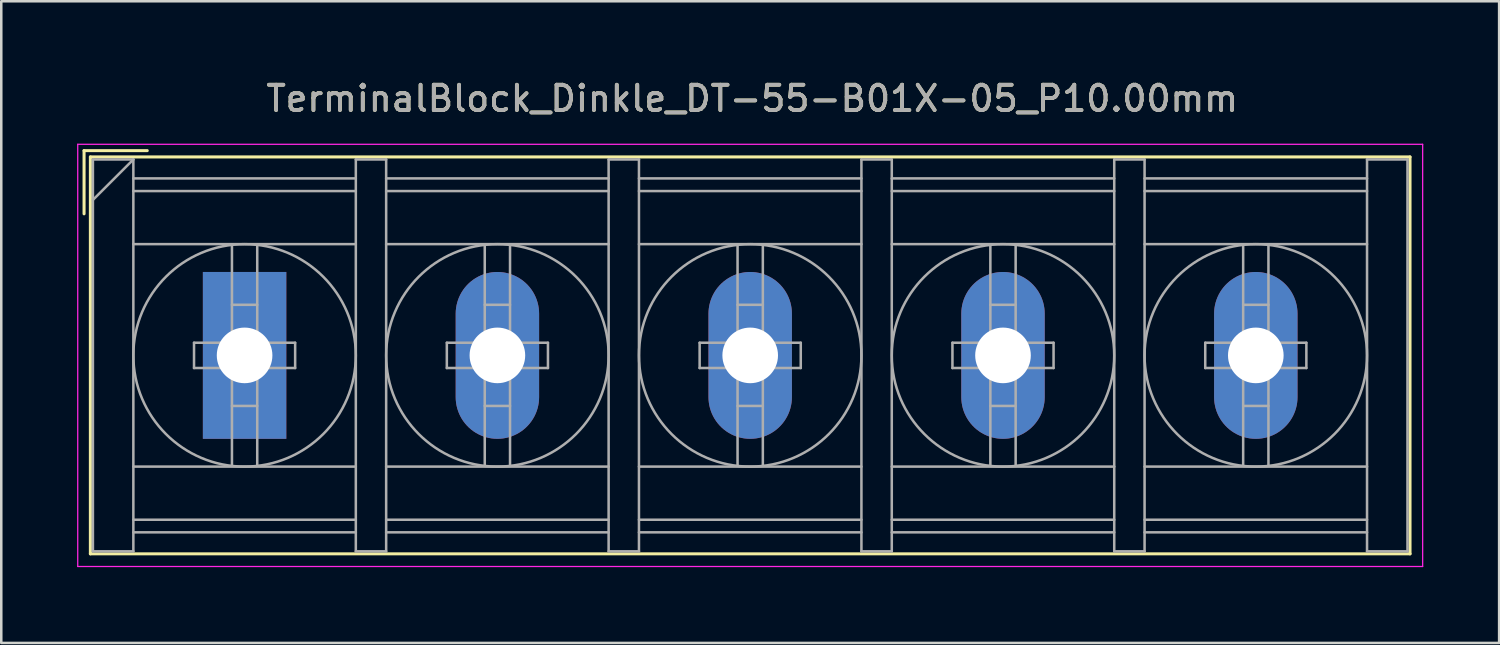
<source format=kicad_pcb>
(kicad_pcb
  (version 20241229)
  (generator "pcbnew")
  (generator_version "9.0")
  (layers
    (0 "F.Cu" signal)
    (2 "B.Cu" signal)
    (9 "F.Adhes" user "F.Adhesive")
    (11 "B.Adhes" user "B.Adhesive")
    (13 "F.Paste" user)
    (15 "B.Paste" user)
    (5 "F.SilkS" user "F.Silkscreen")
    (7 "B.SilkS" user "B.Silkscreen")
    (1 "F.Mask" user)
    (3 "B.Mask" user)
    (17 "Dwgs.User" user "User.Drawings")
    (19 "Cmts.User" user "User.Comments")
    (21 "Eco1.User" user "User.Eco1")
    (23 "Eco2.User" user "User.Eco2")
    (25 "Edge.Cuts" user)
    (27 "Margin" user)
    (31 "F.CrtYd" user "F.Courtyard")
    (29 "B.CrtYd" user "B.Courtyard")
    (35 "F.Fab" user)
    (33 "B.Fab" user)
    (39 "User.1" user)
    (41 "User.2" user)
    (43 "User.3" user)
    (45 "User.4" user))
  (footprint "TerminalBlock_Dinkle_DT-55-B01X-05_P10.00mm"
    (layer "F.Cu")
    (at 6.625 11.008)
    (property "Reference" "TerminalBlock_Dinkle_DT-55-B01X-05_P10.00mm" (at 20.08 -10.16 0) (layer "F.SilkS") (effects (font (size 1 1) (thickness 0.15))))
    (attr through_hole)
    (fp_line (start -6.35 -8.1) (end -3.85 -8.1) (stroke (width 0.12) (type solid)) (layer "F.SilkS"))
    (fp_line (start -6.35 -5.6) (end -6.35 -8.1) (stroke (width 0.12) (type solid)) (layer "F.SilkS"))
    (fp_line (start -6.1 -7.85) (end 46.1 -7.85) (stroke (width 0.12) (type solid)) (layer "F.SilkS"))
    (fp_line (start -6.1 7.85) (end -6.1 -7.85) (stroke (width 0.12) (type solid)) (layer "F.SilkS"))
    (fp_line (start -6.1 7.85) (end 46.1 7.85) (stroke (width 0.12) (type solid)) (layer "F.SilkS"))
    (fp_line (start 46.1 -7.85) (end 46.1 7.85) (stroke (width 0.12) (type solid)) (layer "F.SilkS"))
    (fp_line (start -6.6 -8.35) (end 46.6 -8.35) (stroke (width 0.05) (type solid)) (layer "F.CrtYd"))
    (fp_line (start -6.6 8.35) (end -6.6 -8.35) (stroke (width 0.05) (type solid)) (layer "F.CrtYd"))
    (fp_line (start -6.6 8.35) (end 46.6 8.35) (stroke (width 0.05) (type solid)) (layer "F.CrtYd"))
    (fp_line (start 46.6 -8.35) (end 46.6 8.35) (stroke (width 0.05) (type solid)) (layer "F.CrtYd"))
    (fp_line (start -6 -7.75) (end -6 7.75) (stroke (width 0.1) (type solid)) (layer "F.Fab"))
    (fp_line (start -6 -7.75) (end -4.4 -7.75) (stroke (width 0.1) (type solid)) (layer "F.Fab"))
    (fp_line (start -6 7.75) (end -4.4 7.75) (stroke (width 0.1) (type solid)) (layer "F.Fab"))
    (fp_line (start -4.4 -7.75) (end -6 -6.15) (stroke (width 0.1) (type solid)) (layer "F.Fab"))
    (fp_line (start -4.4 -7.75) (end -4.4 7.75) (stroke (width 0.1) (type solid)) (layer "F.Fab"))
    (fp_line (start -4.4 -7) (end 4.4 -7) (stroke (width 0.1) (type solid)) (layer "F.Fab"))
    (fp_line (start -4.4 -6.5) (end 4.4 -6.5) (stroke (width 0.1) (type solid)) (layer "F.Fab"))
    (fp_line (start -4.4 -4.4) (end 4.4 -4.4) (stroke (width 0.1) (type solid)) (layer "F.Fab"))
    (fp_line (start -4.4 4.4) (end 4.4 4.4) (stroke (width 0.1) (type solid)) (layer "F.Fab"))
    (fp_line (start -4.4 6.5) (end 4.4 6.5) (stroke (width 0.1) (type solid)) (layer "F.Fab"))
    (fp_line (start -4.4 7) (end 4.4 7) (stroke (width 0.1) (type solid)) (layer "F.Fab"))
    (fp_line (start -2 -0.5) (end -2 0.5) (stroke (width 0.1) (type solid)) (layer "F.Fab"))
    (fp_line (start -2 0.5) (end -0.5 0.5) (stroke (width 0.1) (type solid)) (layer "F.Fab"))
    (fp_line (start -0.5 -4.35) (end -0.5 -0.5) (stroke (width 0.1) (type solid)) (layer "F.Fab"))
    (fp_line (start -0.5 -2) (end 0.5 -2) (stroke (width 0.1) (type solid)) (layer "F.Fab"))
    (fp_line (start -0.5 -0.5) (end -2 -0.5) (stroke (width 0.1) (type solid)) (layer "F.Fab"))
    (fp_line (start -0.5 0.5) (end -0.5 4.35) (stroke (width 0.1) (type solid)) (layer "F.Fab"))
    (fp_line (start -0.5 2) (end 0.5 2) (stroke (width 0.1) (type solid)) (layer "F.Fab"))
    (fp_line (start 0.5 -4.35) (end 0.5 -0.5) (stroke (width 0.1) (type solid)) (layer "F.Fab"))
    (fp_line (start 0.5 -0.5) (end 2 -0.5) (stroke (width 0.1) (type solid)) (layer "F.Fab"))
    (fp_line (start 0.5 0.5) (end 0.5 4.35) (stroke (width 0.1) (type solid)) (layer "F.Fab"))
    (fp_line (start 2 -0.5) (end 2 0.5) (stroke (width 0.1) (type solid)) (layer "F.Fab"))
    (fp_line (start 2 0.5) (end 0.5 0.5) (stroke (width 0.1) (type solid)) (layer "F.Fab"))
    (fp_line (start 4.4 -7.75) (end 4.4 7.75) (stroke (width 0.1) (type solid)) (layer "F.Fab"))
    (fp_line (start 4.4 -7.75) (end 5.6 -7.75) (stroke (width 0.1) (type solid)) (layer "F.Fab"))
    (fp_line (start 4.4 7.75) (end 5.6 7.75) (stroke (width 0.1) (type solid)) (layer "F.Fab"))
    (fp_line (start 5.6 -7.75) (end 5.6 7.75) (stroke (width 0.1) (type solid)) (layer "F.Fab"))
    (fp_line (start 5.6 -7) (end 14.4 -7) (stroke (width 0.1) (type solid)) (layer "F.Fab"))
    (fp_line (start 5.6 -6.5) (end 14.4 -6.5) (stroke (width 0.1) (type solid)) (layer "F.Fab"))
    (fp_line (start 5.6 -4.4) (end 14.4 -4.4) (stroke (width 0.1) (type solid)) (layer "F.Fab"))
    (fp_line (start 5.6 4.4) (end 14.4 4.4) (stroke (width 0.1) (type solid)) (layer "F.Fab"))
    (fp_line (start 5.6 6.5) (end 14.4 6.5) (stroke (width 0.1) (type solid)) (layer "F.Fab"))
    (fp_line (start 5.6 7) (end 14.4 7) (stroke (width 0.1) (type solid)) (layer "F.Fab"))
    (fp_line (start 8 -0.5) (end 8 0.5) (stroke (width 0.1) (type solid)) (layer "F.Fab"))
    (fp_line (start 8 0.5) (end 9.5 0.5) (stroke (width 0.1) (type solid)) (layer "F.Fab"))
    (fp_line (start 9.5 -4.35) (end 9.5 -0.5) (stroke (width 0.1) (type solid)) (layer "F.Fab"))
    (fp_line (start 9.5 -2) (end 10.5 -2) (stroke (width 0.1) (type solid)) (layer "F.Fab"))
    (fp_line (start 9.5 -0.5) (end 8 -0.5) (stroke (width 0.1) (type solid)) (layer "F.Fab"))
    (fp_line (start 9.5 0.5) (end 9.5 4.35) (stroke (width 0.1) (type solid)) (layer "F.Fab"))
    (fp_line (start 9.5 2) (end 10.5 2) (stroke (width 0.1) (type solid)) (layer "F.Fab"))
    (fp_line (start 10.5 -4.35) (end 10.5 -0.5) (stroke (width 0.1) (type solid)) (layer "F.Fab"))
    (fp_line (start 10.5 -0.5) (end 12 -0.5) (stroke (width 0.1) (type solid)) (layer "F.Fab"))
    (fp_line (start 10.5 0.5) (end 10.5 4.35) (stroke (width 0.1) (type solid)) (layer "F.Fab"))
    (fp_line (start 12 -0.5) (end 12 0.5) (stroke (width 0.1) (type solid)) (layer "F.Fab"))
    (fp_line (start 12 0.5) (end 10.5 0.5) (stroke (width 0.1) (type solid)) (layer "F.Fab"))
    (fp_line (start 14.4 -7.75) (end 14.4 7.75) (stroke (width 0.1) (type solid)) (layer "F.Fab"))
    (fp_line (start 14.4 -7.75) (end 15.6 -7.75) (stroke (width 0.1) (type solid)) (layer "F.Fab"))
    (fp_line (start 14.4 7.75) (end 15.6 7.75) (stroke (width 0.1) (type solid)) (layer "F.Fab"))
    (fp_line (start 15.6 -7.75) (end 15.6 7.75) (stroke (width 0.1) (type solid)) (layer "F.Fab"))
    (fp_line (start 15.6 -7) (end 24.4 -7) (stroke (width 0.1) (type solid)) (layer "F.Fab"))
    (fp_line (start 15.6 -6.5) (end 24.4 -6.5) (stroke (width 0.1) (type solid)) (layer "F.Fab"))
    (fp_line (start 15.6 -4.4) (end 24.4 -4.4) (stroke (width 0.1) (type solid)) (layer "F.Fab"))
    (fp_line (start 15.6 4.4) (end 24.4 4.4) (stroke (width 0.1) (type solid)) (layer "F.Fab"))
    (fp_line (start 15.6 6.5) (end 24.4 6.5) (stroke (width 0.1) (type solid)) (layer "F.Fab"))
    (fp_line (start 15.6 7) (end 24.4 7) (stroke (width 0.1) (type solid)) (layer "F.Fab"))
    (fp_line (start 18 -0.5) (end 18 0.5) (stroke (width 0.1) (type solid)) (layer "F.Fab"))
    (fp_line (start 18 0.5) (end 19.5 0.5) (stroke (width 0.1) (type solid)) (layer "F.Fab"))
    (fp_line (start 19.5 -4.35) (end 19.5 -0.5) (stroke (width 0.1) (type solid)) (layer "F.Fab"))
    (fp_line (start 19.5 -2) (end 20.5 -2) (stroke (width 0.1) (type solid)) (layer "F.Fab"))
    (fp_line (start 19.5 -0.5) (end 18 -0.5) (stroke (width 0.1) (type solid)) (layer "F.Fab"))
    (fp_line (start 19.5 0.5) (end 19.5 4.35) (stroke (width 0.1) (type solid)) (layer "F.Fab"))
    (fp_line (start 19.5 2) (end 20.5 2) (stroke (width 0.1) (type solid)) (layer "F.Fab"))
    (fp_line (start 20.5 -4.35) (end 20.5 -0.5) (stroke (width 0.1) (type solid)) (layer "F.Fab"))
    (fp_line (start 20.5 -0.5) (end 22 -0.5) (stroke (width 0.1) (type solid)) (layer "F.Fab"))
    (fp_line (start 20.5 0.5) (end 20.5 4.35) (stroke (width 0.1) (type solid)) (layer "F.Fab"))
    (fp_line (start 22 -0.5) (end 22 0.5) (stroke (width 0.1) (type solid)) (layer "F.Fab"))
    (fp_line (start 22 0.5) (end 20.5 0.5) (stroke (width 0.1) (type solid)) (layer "F.Fab"))
    (fp_line (start 24.4 -7.75) (end 24.4 7.75) (stroke (width 0.1) (type solid)) (layer "F.Fab"))
    (fp_line (start 24.4 -7.75) (end 25.6 -7.75) (stroke (width 0.1) (type solid)) (layer "F.Fab"))
    (fp_line (start 24.4 7.75) (end 25.6 7.75) (stroke (width 0.1) (type solid)) (layer "F.Fab"))
    (fp_line (start 25.6 -7.75) (end 25.6 7.75) (stroke (width 0.1) (type solid)) (layer "F.Fab"))
    (fp_line (start 25.6 -7) (end 34.4 -7) (stroke (width 0.1) (type solid)) (layer "F.Fab"))
    (fp_line (start 25.6 -6.5) (end 34.4 -6.5) (stroke (width 0.1) (type solid)) (layer "F.Fab"))
    (fp_line (start 25.6 -4.4) (end 34.4 -4.4) (stroke (width 0.1) (type solid)) (layer "F.Fab"))
    (fp_line (start 25.6 4.4) (end 34.4 4.4) (stroke (width 0.1) (type solid)) (layer "F.Fab"))
    (fp_line (start 25.6 6.5) (end 34.4 6.5) (stroke (width 0.1) (type solid)) (layer "F.Fab"))
    (fp_line (start 25.6 7) (end 34.4 7) (stroke (width 0.1) (type solid)) (layer "F.Fab"))
    (fp_line (start 28 -0.5) (end 28 0.5) (stroke (width 0.1) (type solid)) (layer "F.Fab"))
    (fp_line (start 28 0.5) (end 29.5 0.5) (stroke (width 0.1) (type solid)) (layer "F.Fab"))
    (fp_line (start 29.5 -4.35) (end 29.5 -0.5) (stroke (width 0.1) (type solid)) (layer "F.Fab"))
    (fp_line (start 29.5 -2) (end 30.5 -2) (stroke (width 0.1) (type solid)) (layer "F.Fab"))
    (fp_line (start 29.5 -0.5) (end 28 -0.5) (stroke (width 0.1) (type solid)) (layer "F.Fab"))
    (fp_line (start 29.5 0.5) (end 29.5 4.35) (stroke (width 0.1) (type solid)) (layer "F.Fab"))
    (fp_line (start 29.5 2) (end 30.5 2) (stroke (width 0.1) (type solid)) (layer "F.Fab"))
    (fp_line (start 30.5 -4.35) (end 30.5 -0.5) (stroke (width 0.1) (type solid)) (layer "F.Fab"))
    (fp_line (start 30.5 -0.5) (end 32 -0.5) (stroke (width 0.1) (type solid)) (layer "F.Fab"))
    (fp_line (start 30.5 0.5) (end 30.5 4.35) (stroke (width 0.1) (type solid)) (layer "F.Fab"))
    (fp_line (start 32 -0.5) (end 32 0.5) (stroke (width 0.1) (type solid)) (layer "F.Fab"))
    (fp_line (start 32 0.5) (end 30.5 0.5) (stroke (width 0.1) (type solid)) (layer "F.Fab"))
    (fp_line (start 34.4 -7.75) (end 34.4 7.75) (stroke (width 0.1) (type solid)) (layer "F.Fab"))
    (fp_line (start 34.4 -7.75) (end 35.6 -7.75) (stroke (width 0.1) (type solid)) (layer "F.Fab"))
    (fp_line (start 34.4 7.75) (end 35.6 7.75) (stroke (width 0.1) (type solid)) (layer "F.Fab"))
    (fp_line (start 35.6 -7.75) (end 35.6 7.75) (stroke (width 0.1) (type solid)) (layer "F.Fab"))
    (fp_line (start 35.6 -7) (end 44.4 -7) (stroke (width 0.1) (type solid)) (layer "F.Fab"))
    (fp_line (start 35.6 -6.5) (end 44.4 -6.5) (stroke (width 0.1) (type solid)) (layer "F.Fab"))
    (fp_line (start 35.6 -4.4) (end 44.4 -4.4) (stroke (width 0.1) (type solid)) (layer "F.Fab"))
    (fp_line (start 35.6 4.4) (end 44.4 4.4) (stroke (width 0.1) (type solid)) (layer "F.Fab"))
    (fp_line (start 35.6 6.5) (end 44.4 6.5) (stroke (width 0.1) (type solid)) (layer "F.Fab"))
    (fp_line (start 35.6 7) (end 44.4 7) (stroke (width 0.1) (type solid)) (layer "F.Fab"))
    (fp_line (start 38 -0.5) (end 38 0.5) (stroke (width 0.1) (type solid)) (layer "F.Fab"))
    (fp_line (start 38 0.5) (end 39.5 0.5) (stroke (width 0.1) (type solid)) (layer "F.Fab"))
    (fp_line (start 39.5 -4.35) (end 39.5 -0.5) (stroke (width 0.1) (type solid)) (layer "F.Fab"))
    (fp_line (start 39.5 -2) (end 40.5 -2) (stroke (width 0.1) (type solid)) (layer "F.Fab"))
    (fp_line (start 39.5 -0.5) (end 38 -0.5) (stroke (width 0.1) (type solid)) (layer "F.Fab"))
    (fp_line (start 39.5 0.5) (end 39.5 4.35) (stroke (width 0.1) (type solid)) (layer "F.Fab"))
    (fp_line (start 39.5 2) (end 40.5 2) (stroke (width 0.1) (type solid)) (layer "F.Fab"))
    (fp_line (start 40.5 -4.35) (end 40.5 -0.5) (stroke (width 0.1) (type solid)) (layer "F.Fab"))
    (fp_line (start 40.5 -0.5) (end 42 -0.5) (stroke (width 0.1) (type solid)) (layer "F.Fab"))
    (fp_line (start 40.5 0.5) (end 40.5 4.35) (stroke (width 0.1) (type solid)) (layer "F.Fab"))
    (fp_line (start 42 -0.5) (end 42 0.5) (stroke (width 0.1) (type solid)) (layer "F.Fab"))
    (fp_line (start 42 0.5) (end 40.5 0.5) (stroke (width 0.1) (type solid)) (layer "F.Fab"))
    (fp_line (start 44.4 -7.75) (end 44.4 7.75) (stroke (width 0.1) (type solid)) (layer "F.Fab"))
    (fp_line (start 44.4 -7.75) (end 46 -7.75) (stroke (width 0.1) (type solid)) (layer "F.Fab"))
    (fp_line (start 44.4 7.75) (end 46 7.75) (stroke (width 0.1) (type solid)) (layer "F.Fab"))
    (fp_line (start 46 -7.75) (end 46 7.75) (stroke (width 0.1) (type solid)) (layer "F.Fab"))
    (fp_circle (center 0 0) (end 0.5 0.5) (stroke (width 0.1) (type solid)) (fill no) (layer "F.Fab"))
    (fp_circle (center 0 0) (end 4.4 0) (stroke (width 0.1) (type solid)) (fill no) (layer "F.Fab"))
    (fp_circle (center 10 0) (end 10.5 0.5) (stroke (width 0.1) (type solid)) (fill no) (layer "F.Fab"))
    (fp_circle (center 10 0) (end 14.4 0) (stroke (width 0.1) (type solid)) (fill no) (layer "F.Fab"))
    (fp_circle (center 20 0) (end 20.5 0.5) (stroke (width 0.1) (type solid)) (fill no) (layer "F.Fab"))
    (fp_circle (center 20 0) (end 24.4 0) (stroke (width 0.1) (type solid)) (fill no) (layer "F.Fab"))
    (fp_circle (center 30 0) (end 30.5 0.5) (stroke (width 0.1) (type solid)) (fill no) (layer "F.Fab"))
    (fp_circle (center 30 0) (end 34.4 0) (stroke (width 0.1) (type solid)) (fill no) (layer "F.Fab"))
    (fp_circle (center 40 0) (end 40.5 0.5) (stroke (width 0.1) (type solid)) (fill no) (layer "F.Fab"))
    (fp_circle (center 40 0) (end 44.4 0) (stroke (width 0.1) (type solid)) (fill no) (layer "F.Fab"))
    (fp_text user "${REFERENCE}" (at 20.08 -10.16 0) (layer "F.Fab") (effects (font (size 1 1) (thickness 0.15))))
    (pad "1" thru_hole rect (at 0 0) (size 3.3 6.6) (drill 2.2) (layers "*.Cu" "*.Mask"))
    (pad "2" thru_hole oval (at 10 0) (size 3.3 6.6) (drill 2.2) (layers "*.Cu" "*.Mask"))
    (pad "3" thru_hole oval (at 20 0) (size 3.3 6.6) (drill 2.2) (layers "*.Cu" "*.Mask"))
    (pad "4" thru_hole oval (at 30 0) (size 3.3 6.6) (drill 2.2) (layers "*.Cu" "*.Mask"))
    (pad "5" thru_hole oval (at 40 0) (size 3.3 6.6) (drill 2.2) (layers "*.Cu" "*.Mask")))
  (gr_rect
    (start -3 -3)
    (end 56.25 22.383)
    (stroke (width 0.1) (type default))
    (fill no)
    (layer "Edge.Cuts")))
</source>
